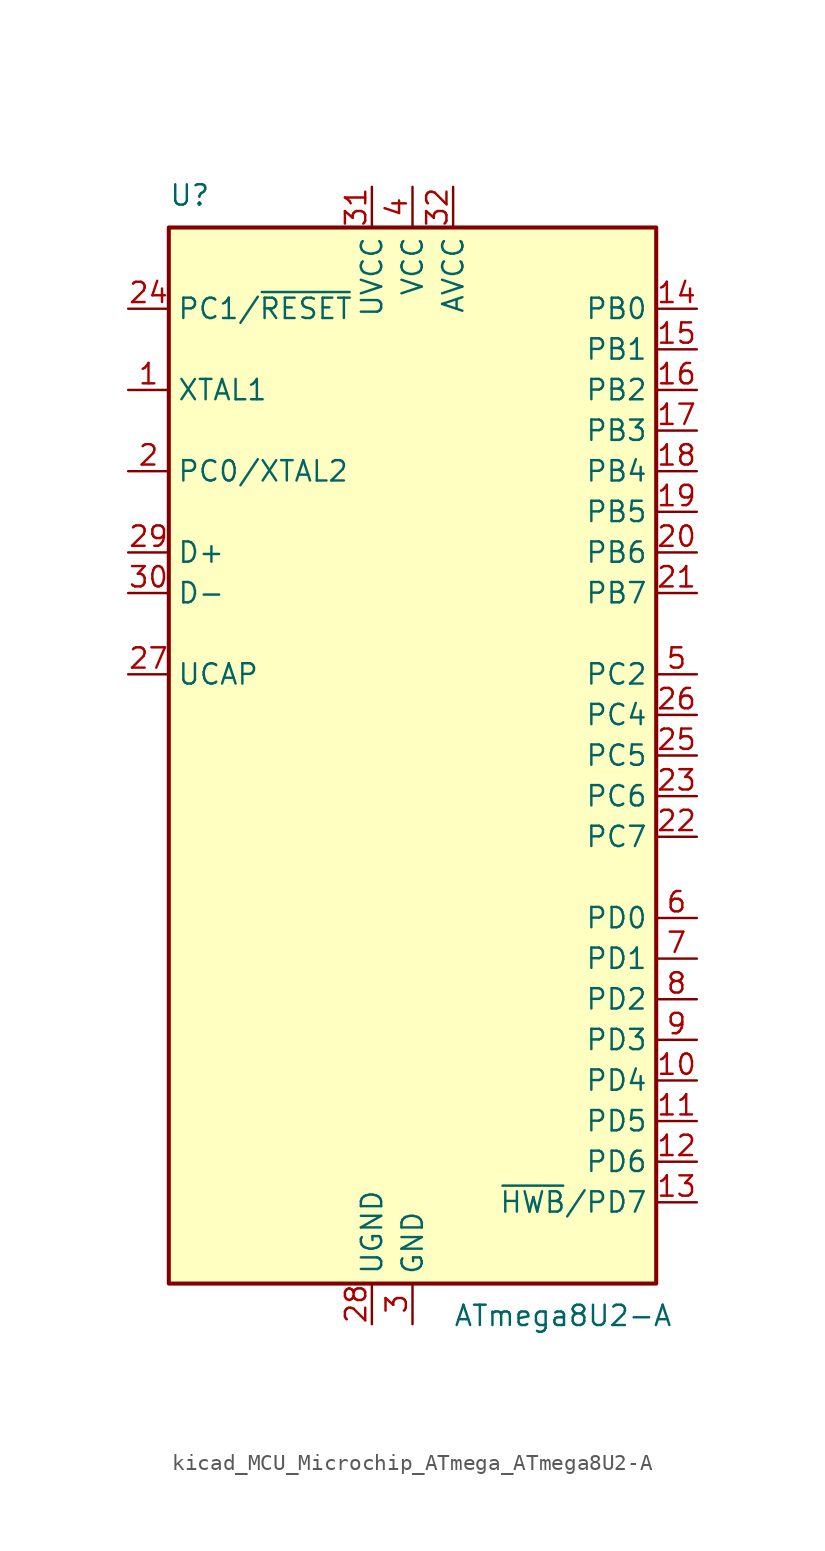
<source format=kicad_sym>
(kicad_symbol_lib
  (version 20220914)
  (generator kicad_symbol_editor)
  (symbol "kicad_MCU_Microchip_ATmega_ATmega8U2-A"
    (property "Reference" "U"
      (at -15.24 34.29 0)
      (effects (font (size 1.27 1.27)) (justify left bottom)))
    (property "Value" "ATmega8U2-A"
      (at 2.54 -34.29 0)
      (effects (font (size 1.27 1.27)) (justify left top)))
    (symbol "kicad_MCU_Microchip_ATmega_ATmega8U2-A_0_1"
      (rectangle (start -15.24 -33.02) (end 15.24 33.02) (stroke (width 0.254) (type default)) (fill (type background))))
    (symbol "kicad_MCU_Microchip_ATmega_ATmega8U2-A_1_1"
      (pin input line (at -17.78 22.86 0) (length 2.54) (name "XTAL1" (effects (font (size 1.27 1.27)))) (number "1" (effects (font (size 1.27 1.27)))))
      (pin bidirectional line (at 17.78 -20.32 180) (length 2.54) (name "PD4" (effects (font (size 1.27 1.27)))) (number "10" (effects (font (size 1.27 1.27)))))
      (pin bidirectional line (at 17.78 -22.86 180) (length 2.54) (name "PD5" (effects (font (size 1.27 1.27)))) (number "11" (effects (font (size 1.27 1.27)))))
      (pin bidirectional line (at 17.78 -25.4 180) (length 2.54) (name "PD6" (effects (font (size 1.27 1.27)))) (number "12" (effects (font (size 1.27 1.27)))))
      (pin bidirectional line (at 17.78 -27.94 180) (length 2.54) (name "~{HWB}/PD7" (effects (font (size 1.27 1.27)))) (number "13" (effects (font (size 1.27 1.27)))))
      (pin bidirectional line (at 17.78 27.94 180) (length 2.54) (name "PB0" (effects (font (size 1.27 1.27)))) (number "14" (effects (font (size 1.27 1.27)))))
      (pin bidirectional line (at 17.78 25.4 180) (length 2.54) (name "PB1" (effects (font (size 1.27 1.27)))) (number "15" (effects (font (size 1.27 1.27)))))
      (pin bidirectional line (at 17.78 22.86 180) (length 2.54) (name "PB2" (effects (font (size 1.27 1.27)))) (number "16" (effects (font (size 1.27 1.27)))))
      (pin bidirectional line (at 17.78 20.32 180) (length 2.54) (name "PB3" (effects (font (size 1.27 1.27)))) (number "17" (effects (font (size 1.27 1.27)))))
      (pin bidirectional line (at 17.78 17.78 180) (length 2.54) (name "PB4" (effects (font (size 1.27 1.27)))) (number "18" (effects (font (size 1.27 1.27)))))
      (pin bidirectional line (at 17.78 15.24 180) (length 2.54) (name "PB5" (effects (font (size 1.27 1.27)))) (number "19" (effects (font (size 1.27 1.27)))))
      (pin bidirectional line (at -17.78 17.78 0) (length 2.54) (name "PC0/XTAL2" (effects (font (size 1.27 1.27)))) (number "2" (effects (font (size 1.27 1.27)))))
      (pin bidirectional line (at 17.78 12.7 180) (length 2.54) (name "PB6" (effects (font (size 1.27 1.27)))) (number "20" (effects (font (size 1.27 1.27)))))
      (pin bidirectional line (at 17.78 10.16 180) (length 2.54) (name "PB7" (effects (font (size 1.27 1.27)))) (number "21" (effects (font (size 1.27 1.27)))))
      (pin bidirectional line (at 17.78 -5.08 180) (length 2.54) (name "PC7" (effects (font (size 1.27 1.27)))) (number "22" (effects (font (size 1.27 1.27)))))
      (pin bidirectional line (at 17.78 -2.54 180) (length 2.54) (name "PC6" (effects (font (size 1.27 1.27)))) (number "23" (effects (font (size 1.27 1.27)))))
      (pin bidirectional line (at -17.78 27.94 0) (length 2.54) (name "PC1/~{RESET}" (effects (font (size 1.27 1.27)))) (number "24" (effects (font (size 1.27 1.27)))))
      (pin bidirectional line (at 17.78 0 180) (length 2.54) (name "PC5" (effects (font (size 1.27 1.27)))) (number "25" (effects (font (size 1.27 1.27)))))
      (pin bidirectional line (at 17.78 2.54 180) (length 2.54) (name "PC4" (effects (font (size 1.27 1.27)))) (number "26" (effects (font (size 1.27 1.27)))))
      (pin passive line (at -17.78 5.08 0) (length 2.54) (name "UCAP" (effects (font (size 1.27 1.27)))) (number "27" (effects (font (size 1.27 1.27)))))
      (pin power_in line (at -2.54 -35.56 90) (length 2.54) (name "UGND" (effects (font (size 1.27 1.27)))) (number "28" (effects (font (size 1.27 1.27)))))
      (pin bidirectional line (at -17.78 12.7 0) (length 2.54) (name "D+" (effects (font (size 1.27 1.27)))) (number "29" (effects (font (size 1.27 1.27)))))
      (pin power_in line (at 0 -35.56 90) (length 2.54) (name "GND" (effects (font (size 1.27 1.27)))) (number "3" (effects (font (size 1.27 1.27)))))
      (pin bidirectional line (at -17.78 10.16 0) (length 2.54) (name "D-" (effects (font (size 1.27 1.27)))) (number "30" (effects (font (size 1.27 1.27)))))
      (pin power_in line (at -2.54 35.56 270) (length 2.54) (name "UVCC" (effects (font (size 1.27 1.27)))) (number "31" (effects (font (size 1.27 1.27)))))
      (pin power_in line (at 2.54 35.56 270) (length 2.54) (name "AVCC" (effects (font (size 1.27 1.27)))) (number "32" (effects (font (size 1.27 1.27)))))
      (pin power_in line (at 0 35.56 270) (length 2.54) (name "VCC" (effects (font (size 1.27 1.27)))) (number "4" (effects (font (size 1.27 1.27)))))
      (pin bidirectional line (at 17.78 5.08 180) (length 2.54) (name "PC2" (effects (font (size 1.27 1.27)))) (number "5" (effects (font (size 1.27 1.27)))))
      (pin bidirectional line (at 17.78 -10.16 180) (length 2.54) (name "PD0" (effects (font (size 1.27 1.27)))) (number "6" (effects (font (size 1.27 1.27)))))
      (pin bidirectional line (at 17.78 -12.7 180) (length 2.54) (name "PD1" (effects (font (size 1.27 1.27)))) (number "7" (effects (font (size 1.27 1.27)))))
      (pin bidirectional line (at 17.78 -15.24 180) (length 2.54) (name "PD2" (effects (font (size 1.27 1.27)))) (number "8" (effects (font (size 1.27 1.27)))))
      (pin bidirectional line (at 17.78 -17.78 180) (length 2.54) (name "PD3" (effects (font (size 1.27 1.27)))) (number "9" (effects (font (size 1.27 1.27))))))))
</source>
